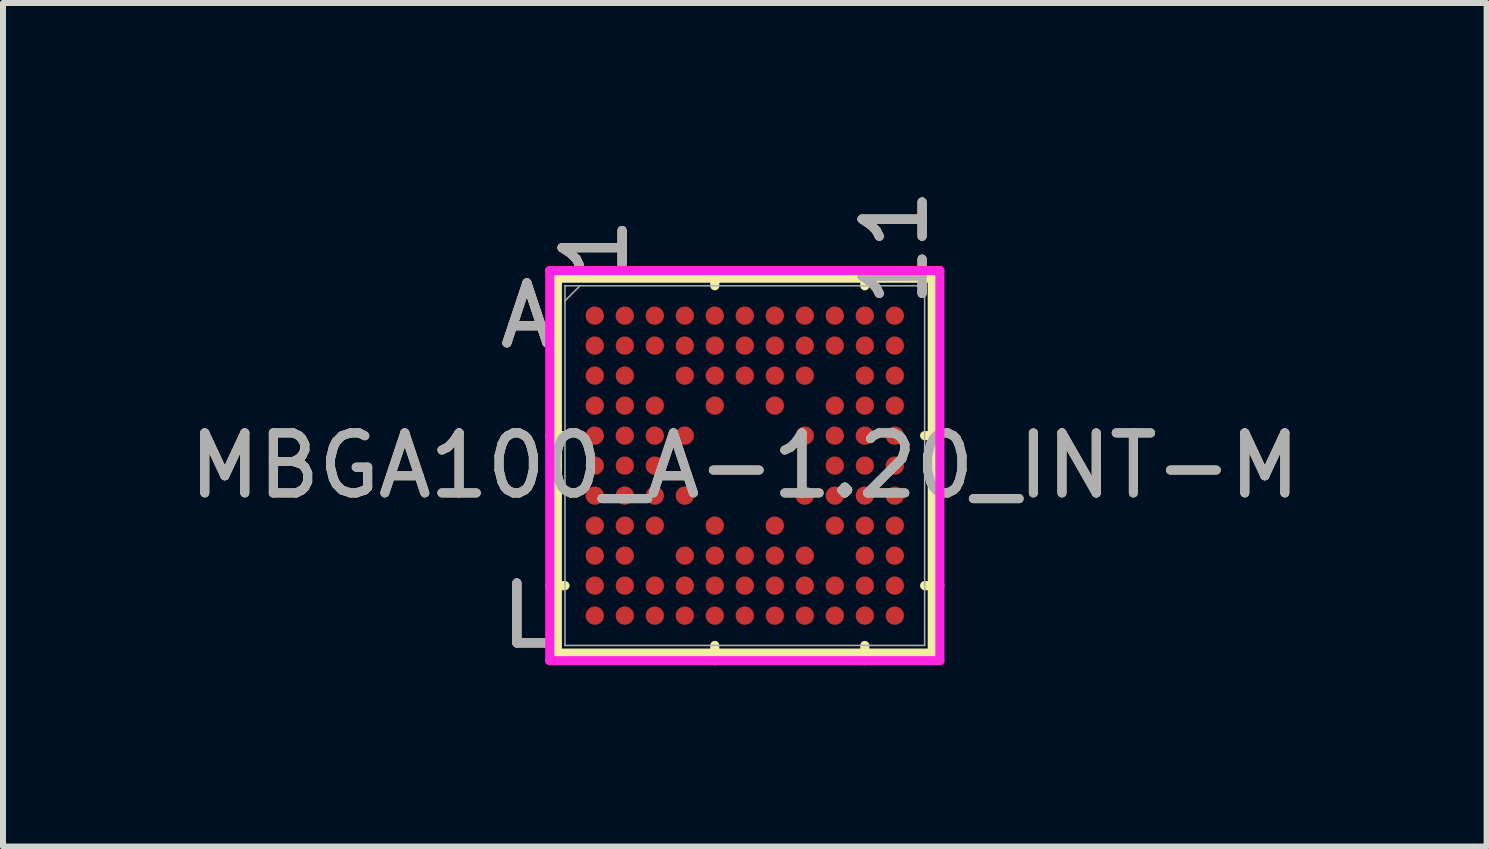
<source format=kicad_pcb>
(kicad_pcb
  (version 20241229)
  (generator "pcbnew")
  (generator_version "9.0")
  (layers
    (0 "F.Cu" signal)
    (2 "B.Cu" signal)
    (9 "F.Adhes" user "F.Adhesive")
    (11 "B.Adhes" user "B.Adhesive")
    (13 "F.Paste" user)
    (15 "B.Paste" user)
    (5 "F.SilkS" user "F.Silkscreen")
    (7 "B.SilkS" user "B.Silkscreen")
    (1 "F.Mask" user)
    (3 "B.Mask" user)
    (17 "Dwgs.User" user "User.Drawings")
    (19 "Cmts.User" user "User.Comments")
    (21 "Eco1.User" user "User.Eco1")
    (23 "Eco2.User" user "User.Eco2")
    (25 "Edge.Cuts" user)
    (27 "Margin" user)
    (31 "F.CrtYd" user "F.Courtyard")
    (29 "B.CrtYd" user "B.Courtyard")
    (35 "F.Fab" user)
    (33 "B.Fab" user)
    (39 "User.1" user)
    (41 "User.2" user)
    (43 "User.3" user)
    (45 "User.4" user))
  (footprint "MBGA100_A-1.20_INT-M"
    (layer "F.Cu")
    (at 9.363 4.71)
    (property "Reference" "MBGA100_A-1.20_INT-M" (at 0 0 0) (unlocked yes) (layer "F.SilkS") (effects (font (size 1 1) (thickness 0.15))))
    (attr smd)
    (fp_line (start -3.124 -3.124) (end -3.124 3.124) (stroke (width 0.152) (type solid)) (layer "F.SilkS"))
    (fp_line (start -3.124 3.124) (end 3.124 3.124) (stroke (width 0.152) (type solid)) (layer "F.SilkS"))
    (fp_line (start -2.997 -0.5) (end -3.251 -0.5) (stroke (width 0.152) (type solid)) (layer "F.SilkS"))
    (fp_line (start -2.997 2) (end -3.251 2) (stroke (width 0.152) (type solid)) (layer "F.SilkS"))
    (fp_line (start -0.5 -2.997) (end -0.5 -3.251) (stroke (width 0.152) (type solid)) (layer "F.SilkS"))
    (fp_line (start -0.5 2.997) (end -0.5 3.251) (stroke (width 0.152) (type solid)) (layer "F.SilkS"))
    (fp_line (start 2 -2.997) (end 2 -3.251) (stroke (width 0.152) (type solid)) (layer "F.SilkS"))
    (fp_line (start 2 2.997) (end 2 3.251) (stroke (width 0.152) (type solid)) (layer "F.SilkS"))
    (fp_line (start 2.997 -0.5) (end 3.251 -0.5) (stroke (width 0.152) (type solid)) (layer "F.SilkS"))
    (fp_line (start 2.997 2) (end 3.251 2) (stroke (width 0.152) (type solid)) (layer "F.SilkS"))
    (fp_line (start 3.124 -3.124) (end -3.124 -3.124) (stroke (width 0.152) (type solid)) (layer "F.SilkS"))
    (fp_line (start 3.124 3.124) (end 3.124 -3.124) (stroke (width 0.152) (type solid)) (layer "F.SilkS"))
    (fp_poly (pts (xy -3.195 -3.195) (xy 3.195 -3.195) (xy 3.195 3.195) (xy -3.195 3.195)) (stroke (width 0.1) (type solid)) (fill no) (layer "Eco2.User"))
    (fp_line (start -3.251 -3.251) (end 3.251 -3.251) (stroke (width 0.152) (type solid)) (layer "F.CrtYd"))
    (fp_line (start -3.251 3.251) (end -3.251 -3.251) (stroke (width 0.152) (type solid)) (layer "F.CrtYd"))
    (fp_line (start 3.251 -3.251) (end 3.251 3.251) (stroke (width 0.152) (type solid)) (layer "F.CrtYd"))
    (fp_line (start 3.251 3.251) (end -3.251 3.251) (stroke (width 0.152) (type solid)) (layer "F.CrtYd"))
    (fp_line (start -2.997 -2.997) (end -2.997 2.997) (stroke (width 0.025) (type solid)) (layer "F.Fab"))
    (fp_line (start -2.997 2.997) (end 2.997 2.997) (stroke (width 0.025) (type solid)) (layer "F.Fab"))
    (fp_line (start -2.747 -2.997) (end -2.997 -2.747) (stroke (width 0.025) (type solid)) (layer "F.Fab"))
    (fp_line (start 2.997 -2.997) (end -2.997 -2.997) (stroke (width 0.025) (type solid)) (layer "F.Fab"))
    (fp_line (start 2.997 2.997) (end 2.997 -2.997) (stroke (width 0.025) (type solid)) (layer "F.Fab"))
    (fp_text user "11" (at 2.5 -3.632 90) (unlocked yes) (layer "F.SilkS") (effects (font (size 1 1) (thickness 0.15))))
    (fp_text user "A" (at -3.632 -2.5 0) (unlocked yes) (layer "F.SilkS") (effects (font (size 1 1) (thickness 0.15))))
    (fp_text user "L" (at -3.632 2.5 0) (unlocked yes) (layer "F.SilkS") (effects (font (size 1 1) (thickness 0.15))))
    (fp_text user "1" (at -2.5 -3.632 90) (unlocked yes) (layer "F.SilkS") (effects (font (size 1 1) (thickness 0.15))))
    (fp_text user "A" (at -3.632 -2.5 0) (unlocked yes) (layer "B.SilkS") (effects (font (size 1 1) (thickness 0.15))))
    (fp_text user "1" (at -2.5 -3.632 90) (unlocked yes) (layer "B.SilkS") (effects (font (size 1 1) (thickness 0.15))))
    (fp_text user "L" (at -3.632 2.5 0) (unlocked yes) (layer "B.SilkS") (effects (font (size 1 1) (thickness 0.15))))
    (fp_text user "11" (at 2.5 -3.632 90) (unlocked yes) (layer "B.SilkS") (effects (font (size 1 1) (thickness 0.15))))
    (fp_text user "${REFERENCE}" (at 0 0 0) (unlocked yes) (layer "F.Fab") (effects (font (size 1 1) (thickness 0.15))))
    (fp_text user "A" (at -3.632 -2.5 0) (unlocked yes) (layer "F.Fab") (effects (font (size 1 1) (thickness 0.15))))
    (fp_text user "L" (at -3.632 2.5 0) (unlocked yes) (layer "F.Fab") (effects (font (size 1 1) (thickness 0.15))))
    (fp_text user "1" (at -2.5 -3.632 90) (unlocked yes) (layer "F.Fab") (effects (font (size 1 1) (thickness 0.15))))
    (fp_text user "11" (at 2.5 -3.632 90) (unlocked yes) (layer "F.Fab") (effects (font (size 1 1) (thickness 0.15))))
    (pad "A1" smd circle (at -2.5 -2.5) (size 0.305 0.305) (layers "F.Cu" "F.Mask" "F.Paste"))
    (pad "A2" smd circle (at -2 -2.5) (size 0.305 0.305) (layers "F.Cu" "F.Mask" "F.Paste"))
    (pad "A3" smd circle (at -1.5 -2.5) (size 0.305 0.305) (layers "F.Cu" "F.Mask" "F.Paste"))
    (pad "A4" smd circle (at -1 -2.5) (size 0.305 0.305) (layers "F.Cu" "F.Mask" "F.Paste"))
    (pad "A5" smd circle (at -0.5 -2.5) (size 0.305 0.305) (layers "F.Cu" "F.Mask" "F.Paste"))
    (pad "A6" smd circle (at 0 -2.5) (size 0.305 0.305) (layers "F.Cu" "F.Mask" "F.Paste"))
    (pad "A7" smd circle (at 0.5 -2.5) (size 0.305 0.305) (layers "F.Cu" "F.Mask" "F.Paste"))
    (pad "A8" smd circle (at 1 -2.5) (size 0.305 0.305) (layers "F.Cu" "F.Mask" "F.Paste"))
    (pad "A9" smd circle (at 1.5 -2.5) (size 0.305 0.305) (layers "F.Cu" "F.Mask" "F.Paste"))
    (pad "A10" smd circle (at 2 -2.5) (size 0.305 0.305) (layers "F.Cu" "F.Mask" "F.Paste"))
    (pad "A11" smd circle (at 2.5 -2.5) (size 0.305 0.305) (layers "F.Cu" "F.Mask" "F.Paste"))
    (pad "B1" smd circle (at -2.5 -2) (size 0.305 0.305) (layers "F.Cu" "F.Mask" "F.Paste"))
    (pad "B2" smd circle (at -2 -2) (size 0.305 0.305) (layers "F.Cu" "F.Mask" "F.Paste"))
    (pad "B3" smd circle (at -1.5 -2) (size 0.305 0.305) (layers "F.Cu" "F.Mask" "F.Paste"))
    (pad "B4" smd circle (at -1 -2) (size 0.305 0.305) (layers "F.Cu" "F.Mask" "F.Paste"))
    (pad "B5" smd circle (at -0.5 -2) (size 0.305 0.305) (layers "F.Cu" "F.Mask" "F.Paste"))
    (pad "B6" smd circle (at 0 -2) (size 0.305 0.305) (layers "F.Cu" "F.Mask" "F.Paste"))
    (pad "B7" smd circle (at 0.5 -2) (size 0.305 0.305) (layers "F.Cu" "F.Mask" "F.Paste"))
    (pad "B8" smd circle (at 1 -2) (size 0.305 0.305) (layers "F.Cu" "F.Mask" "F.Paste"))
    (pad "B9" smd circle (at 1.5 -2) (size 0.305 0.305) (layers "F.Cu" "F.Mask" "F.Paste"))
    (pad "B10" smd circle (at 2 -2) (size 0.305 0.305) (layers "F.Cu" "F.Mask" "F.Paste"))
    (pad "B11" smd circle (at 2.5 -2) (size 0.305 0.305) (layers "F.Cu" "F.Mask" "F.Paste"))
    (pad "C1" smd circle (at -2.5 -1.5) (size 0.305 0.305) (layers "F.Cu" "F.Mask" "F.Paste"))
    (pad "C2" smd circle (at -2 -1.5) (size 0.305 0.305) (layers "F.Cu" "F.Mask" "F.Paste"))
    (pad "C4" smd circle (at -1 -1.5) (size 0.305 0.305) (layers "F.Cu" "F.Mask" "F.Paste"))
    (pad "C5" smd circle (at -0.5 -1.5) (size 0.305 0.305) (layers "F.Cu" "F.Mask" "F.Paste"))
    (pad "C6" smd circle (at 0 -1.5) (size 0.305 0.305) (layers "F.Cu" "F.Mask" "F.Paste"))
    (pad "C7" smd circle (at 0.5 -1.5) (size 0.305 0.305) (layers "F.Cu" "F.Mask" "F.Paste"))
    (pad "C8" smd circle (at 1 -1.5) (size 0.305 0.305) (layers "F.Cu" "F.Mask" "F.Paste"))
    (pad "C10" smd circle (at 2 -1.5) (size 0.305 0.305) (layers "F.Cu" "F.Mask" "F.Paste"))
    (pad "C11" smd circle (at 2.5 -1.5) (size 0.305 0.305) (layers "F.Cu" "F.Mask" "F.Paste"))
    (pad "D1" smd circle (at -2.5 -1) (size 0.305 0.305) (layers "F.Cu" "F.Mask" "F.Paste"))
    (pad "D2" smd circle (at -2 -1) (size 0.305 0.305) (layers "F.Cu" "F.Mask" "F.Paste"))
    (pad "D3" smd circle (at -1.5 -1) (size 0.305 0.305) (layers "F.Cu" "F.Mask" "F.Paste"))
    (pad "D5" smd circle (at -0.5 -1) (size 0.305 0.305) (layers "F.Cu" "F.Mask" "F.Paste"))
    (pad "D7" smd circle (at 0.5 -1) (size 0.305 0.305) (layers "F.Cu" "F.Mask" "F.Paste"))
    (pad "D9" smd circle (at 1.5 -1) (size 0.305 0.305) (layers "F.Cu" "F.Mask" "F.Paste"))
    (pad "D10" smd circle (at 2 -1) (size 0.305 0.305) (layers "F.Cu" "F.Mask" "F.Paste"))
    (pad "D11" smd circle (at 2.5 -1) (size 0.305 0.305) (layers "F.Cu" "F.Mask" "F.Paste"))
    (pad "E1" smd circle (at -2.5 -0.5) (size 0.305 0.305) (layers "F.Cu" "F.Mask" "F.Paste"))
    (pad "E2" smd circle (at -2 -0.5) (size 0.305 0.305) (layers "F.Cu" "F.Mask" "F.Paste"))
    (pad "E3" smd circle (at -1.5 -0.5) (size 0.305 0.305) (layers "F.Cu" "F.Mask" "F.Paste"))
    (pad "E4" smd circle (at -1 -0.5) (size 0.305 0.305) (layers "F.Cu" "F.Mask" "F.Paste"))
    (pad "E8" smd circle (at 1 -0.5) (size 0.305 0.305) (layers "F.Cu" "F.Mask" "F.Paste"))
    (pad "E9" smd circle (at 1.5 -0.5) (size 0.305 0.305) (layers "F.Cu" "F.Mask" "F.Paste"))
    (pad "E10" smd circle (at 2 -0.5) (size 0.305 0.305) (layers "F.Cu" "F.Mask" "F.Paste"))
    (pad "E11" smd circle (at 2.5 -0.5) (size 0.305 0.305) (layers "F.Cu" "F.Mask" "F.Paste"))
    (pad "F1" smd circle (at -2.5 0) (size 0.305 0.305) (layers "F.Cu" "F.Mask" "F.Paste"))
    (pad "F2" smd circle (at -2 0) (size 0.305 0.305) (layers "F.Cu" "F.Mask" "F.Paste"))
    (pad "F3" smd circle (at -1.5 0) (size 0.305 0.305) (layers "F.Cu" "F.Mask" "F.Paste"))
    (pad "F9" smd circle (at 1.5 0) (size 0.305 0.305) (layers "F.Cu" "F.Mask" "F.Paste"))
    (pad "F10" smd circle (at 2 0) (size 0.305 0.305) (layers "F.Cu" "F.Mask" "F.Paste"))
    (pad "F11" smd circle (at 2.5 0) (size 0.305 0.305) (layers "F.Cu" "F.Mask" "F.Paste"))
    (pad "G1" smd circle (at -2.5 0.5) (size 0.305 0.305) (layers "F.Cu" "F.Mask" "F.Paste"))
    (pad "G2" smd circle (at -2 0.5) (size 0.305 0.305) (layers "F.Cu" "F.Mask" "F.Paste"))
    (pad "G3" smd circle (at -1.5 0.5) (size 0.305 0.305) (layers "F.Cu" "F.Mask" "F.Paste"))
    (pad "G4" smd circle (at -1 0.5) (size 0.305 0.305) (layers "F.Cu" "F.Mask" "F.Paste"))
    (pad "G8" smd circle (at 1 0.5) (size 0.305 0.305) (layers "F.Cu" "F.Mask" "F.Paste"))
    (pad "G9" smd circle (at 1.5 0.5) (size 0.305 0.305) (layers "F.Cu" "F.Mask" "F.Paste"))
    (pad "G10" smd circle (at 2 0.5) (size 0.305 0.305) (layers "F.Cu" "F.Mask" "F.Paste"))
    (pad "G11" smd circle (at 2.5 0.5) (size 0.305 0.305) (layers "F.Cu" "F.Mask" "F.Paste"))
    (pad "H1" smd circle (at -2.5 1) (size 0.305 0.305) (layers "F.Cu" "F.Mask" "F.Paste"))
    (pad "H2" smd circle (at -2 1) (size 0.305 0.305) (layers "F.Cu" "F.Mask" "F.Paste"))
    (pad "H3" smd circle (at -1.5 1) (size 0.305 0.305) (layers "F.Cu" "F.Mask" "F.Paste"))
    (pad "H5" smd circle (at -0.5 1) (size 0.305 0.305) (layers "F.Cu" "F.Mask" "F.Paste"))
    (pad "H7" smd circle (at 0.5 1) (size 0.305 0.305) (layers "F.Cu" "F.Mask" "F.Paste"))
    (pad "H9" smd circle (at 1.5 1) (size 0.305 0.305) (layers "F.Cu" "F.Mask" "F.Paste"))
    (pad "H10" smd circle (at 2 1) (size 0.305 0.305) (layers "F.Cu" "F.Mask" "F.Paste"))
    (pad "H11" smd circle (at 2.5 1) (size 0.305 0.305) (layers "F.Cu" "F.Mask" "F.Paste"))
    (pad "J1" smd circle (at -2.5 1.5) (size 0.305 0.305) (layers "F.Cu" "F.Mask" "F.Paste"))
    (pad "J2" smd circle (at -2 1.5) (size 0.305 0.305) (layers "F.Cu" "F.Mask" "F.Paste"))
    (pad "J4" smd circle (at -1 1.5) (size 0.305 0.305) (layers "F.Cu" "F.Mask" "F.Paste"))
    (pad "J5" smd circle (at -0.5 1.5) (size 0.305 0.305) (layers "F.Cu" "F.Mask" "F.Paste"))
    (pad "J6" smd circle (at 0 1.5) (size 0.305 0.305) (layers "F.Cu" "F.Mask" "F.Paste"))
    (pad "J7" smd circle (at 0.5 1.5) (size 0.305 0.305) (layers "F.Cu" "F.Mask" "F.Paste"))
    (pad "J8" smd circle (at 1 1.5) (size 0.305 0.305) (layers "F.Cu" "F.Mask" "F.Paste"))
    (pad "J10" smd circle (at 2 1.5) (size 0.305 0.305) (layers "F.Cu" "F.Mask" "F.Paste"))
    (pad "J11" smd circle (at 2.5 1.5) (size 0.305 0.305) (layers "F.Cu" "F.Mask" "F.Paste"))
    (pad "K1" smd circle (at -2.5 2) (size 0.305 0.305) (layers "F.Cu" "F.Mask" "F.Paste"))
    (pad "K2" smd circle (at -2 2) (size 0.305 0.305) (layers "F.Cu" "F.Mask" "F.Paste"))
    (pad "K3" smd circle (at -1.5 2) (size 0.305 0.305) (layers "F.Cu" "F.Mask" "F.Paste"))
    (pad "K4" smd circle (at -1 2) (size 0.305 0.305) (layers "F.Cu" "F.Mask" "F.Paste"))
    (pad "K5" smd circle (at -0.5 2) (size 0.305 0.305) (layers "F.Cu" "F.Mask" "F.Paste"))
    (pad "K6" smd circle (at 0 2) (size 0.305 0.305) (layers "F.Cu" "F.Mask" "F.Paste"))
    (pad "K7" smd circle (at 0.5 2) (size 0.305 0.305) (layers "F.Cu" "F.Mask" "F.Paste"))
    (pad "K8" smd circle (at 1 2) (size 0.305 0.305) (layers "F.Cu" "F.Mask" "F.Paste"))
    (pad "K9" smd circle (at 1.5 2) (size 0.305 0.305) (layers "F.Cu" "F.Mask" "F.Paste"))
    (pad "K10" smd circle (at 2 2) (size 0.305 0.305) (layers "F.Cu" "F.Mask" "F.Paste"))
    (pad "K11" smd circle (at 2.5 2) (size 0.305 0.305) (layers "F.Cu" "F.Mask" "F.Paste"))
    (pad "L1" smd circle (at -2.5 2.5) (size 0.305 0.305) (layers "F.Cu" "F.Mask" "F.Paste"))
    (pad "L2" smd circle (at -2 2.5) (size 0.305 0.305) (layers "F.Cu" "F.Mask" "F.Paste"))
    (pad "L3" smd circle (at -1.5 2.5) (size 0.305 0.305) (layers "F.Cu" "F.Mask" "F.Paste"))
    (pad "L4" smd circle (at -1 2.5) (size 0.305 0.305) (layers "F.Cu" "F.Mask" "F.Paste"))
    (pad "L5" smd circle (at -0.5 2.5) (size 0.305 0.305) (layers "F.Cu" "F.Mask" "F.Paste"))
    (pad "L6" smd circle (at 0 2.5) (size 0.305 0.305) (layers "F.Cu" "F.Mask" "F.Paste"))
    (pad "L7" smd circle (at 0.5 2.5) (size 0.305 0.305) (layers "F.Cu" "F.Mask" "F.Paste"))
    (pad "L8" smd circle (at 1 2.5) (size 0.305 0.305) (layers "F.Cu" "F.Mask" "F.Paste"))
    (pad "L9" smd circle (at 1.5 2.5) (size 0.305 0.305) (layers "F.Cu" "F.Mask" "F.Paste"))
    (pad "L10" smd circle (at 2 2.5) (size 0.305 0.305) (layers "F.Cu" "F.Mask" "F.Paste"))
    (pad "L11" smd circle (at 2.5 2.5) (size 0.305 0.305) (layers "F.Cu" "F.Mask" "F.Paste")))
  (gr_rect
    (start -3 -3)
    (end 21.726 11.058)
    (stroke (width 0.1) (type default))
    (fill no)
    (layer "Edge.Cuts")))
</source>
